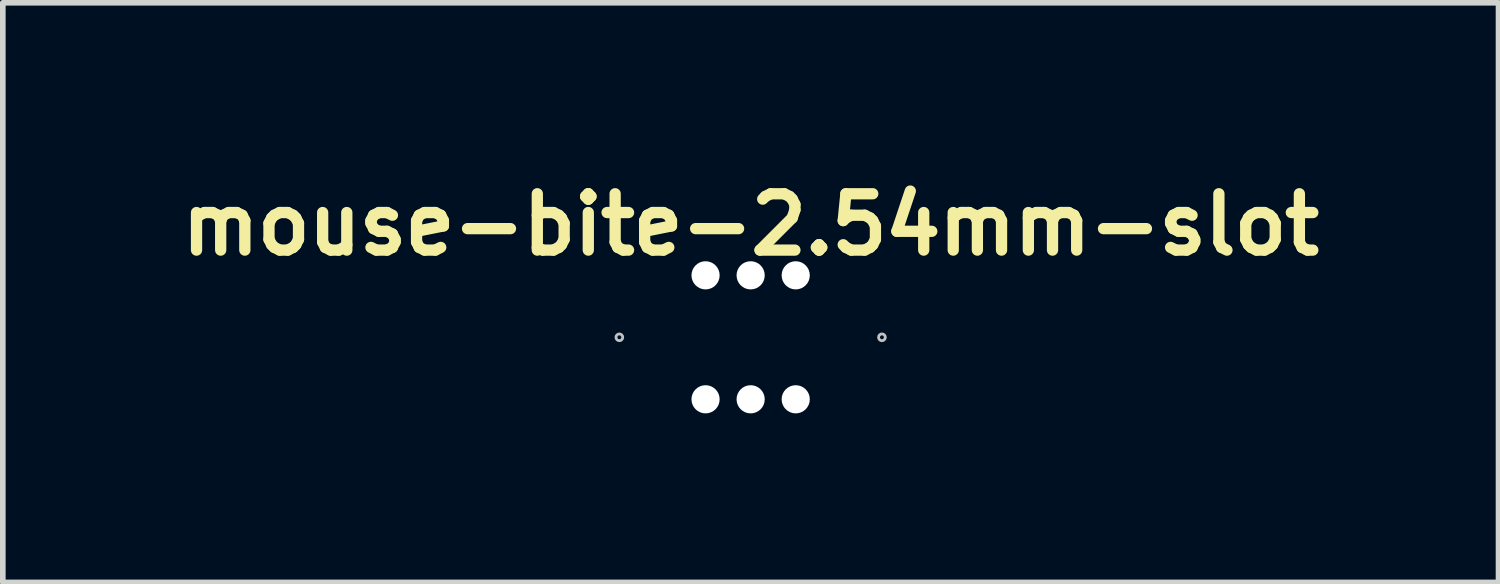
<source format=kicad_pcb>
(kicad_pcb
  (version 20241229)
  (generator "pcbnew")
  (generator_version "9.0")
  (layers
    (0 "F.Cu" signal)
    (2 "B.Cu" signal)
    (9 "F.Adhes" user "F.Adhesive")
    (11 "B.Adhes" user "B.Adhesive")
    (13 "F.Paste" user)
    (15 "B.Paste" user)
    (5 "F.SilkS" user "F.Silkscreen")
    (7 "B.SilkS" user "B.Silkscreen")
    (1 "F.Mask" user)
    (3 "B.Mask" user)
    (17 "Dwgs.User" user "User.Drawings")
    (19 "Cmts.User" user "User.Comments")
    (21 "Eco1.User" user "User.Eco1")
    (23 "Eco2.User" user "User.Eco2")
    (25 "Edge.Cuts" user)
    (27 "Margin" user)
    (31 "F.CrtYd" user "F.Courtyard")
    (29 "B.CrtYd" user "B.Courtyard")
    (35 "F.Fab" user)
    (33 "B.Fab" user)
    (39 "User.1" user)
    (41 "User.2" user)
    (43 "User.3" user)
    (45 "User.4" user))
  (footprint "mouse-bite-2.54mm-slot"
    (layer "F.Cu")
    (at 10.271 2.936)
    (property "Reference" "mouse-bite-2.54mm-slot" (at 0 -2 0) (layer "F.SilkS") (effects (font (size 1 1) (thickness 0.2))))
    (attr through_hole)
    (fp_circle (center -2.33 0) (end -2.27 0) (stroke (width 0.05) (type solid)) (fill no) (layer "Dwgs.User"))
    (fp_circle (center 2.33 0) (end 2.33 -0.06) (stroke (width 0.05) (type solid)) (fill no) (layer "Dwgs.User"))
    (fp_line (start -2.33 0) (end -2.33 0) (stroke (width 2.54) (type solid)) (layer "Eco1.User"))
    (fp_line (start 2.33 0) (end 2.33 0) (stroke (width 2.54) (type solid)) (layer "Eco1.User"))
    (pad "" np_thru_hole circle (at -0.8 -1.1) (size 0.5 0.5) (drill 0.5) (layers "*.Cu" "*.Mask"))
    (pad "" np_thru_hole circle (at -0.8 1.1) (size 0.5 0.5) (drill 0.5) (layers "*.Cu" "*.Mask"))
    (pad "" np_thru_hole circle (at 0 -1.1) (size 0.5 0.5) (drill 0.5) (layers "*.Cu" "*.Mask"))
    (pad "" np_thru_hole circle (at 0 1.1) (size 0.5 0.5) (drill 0.5) (layers "*.Cu" "*.Mask"))
    (pad "" np_thru_hole circle (at 0.8 -1.1) (size 0.5 0.5) (drill 0.5) (layers "*.Cu" "*.Mask"))
    (pad "" np_thru_hole circle (at 0.8 1.1) (size 0.5 0.5) (drill 0.5) (layers "*.Cu" "*.Mask")))
  (gr_rect
    (start -3 -3)
    (end 23.543 7.286)
    (stroke (width 0.1) (type default))
    (fill no)
    (layer "Edge.Cuts")))
</source>
